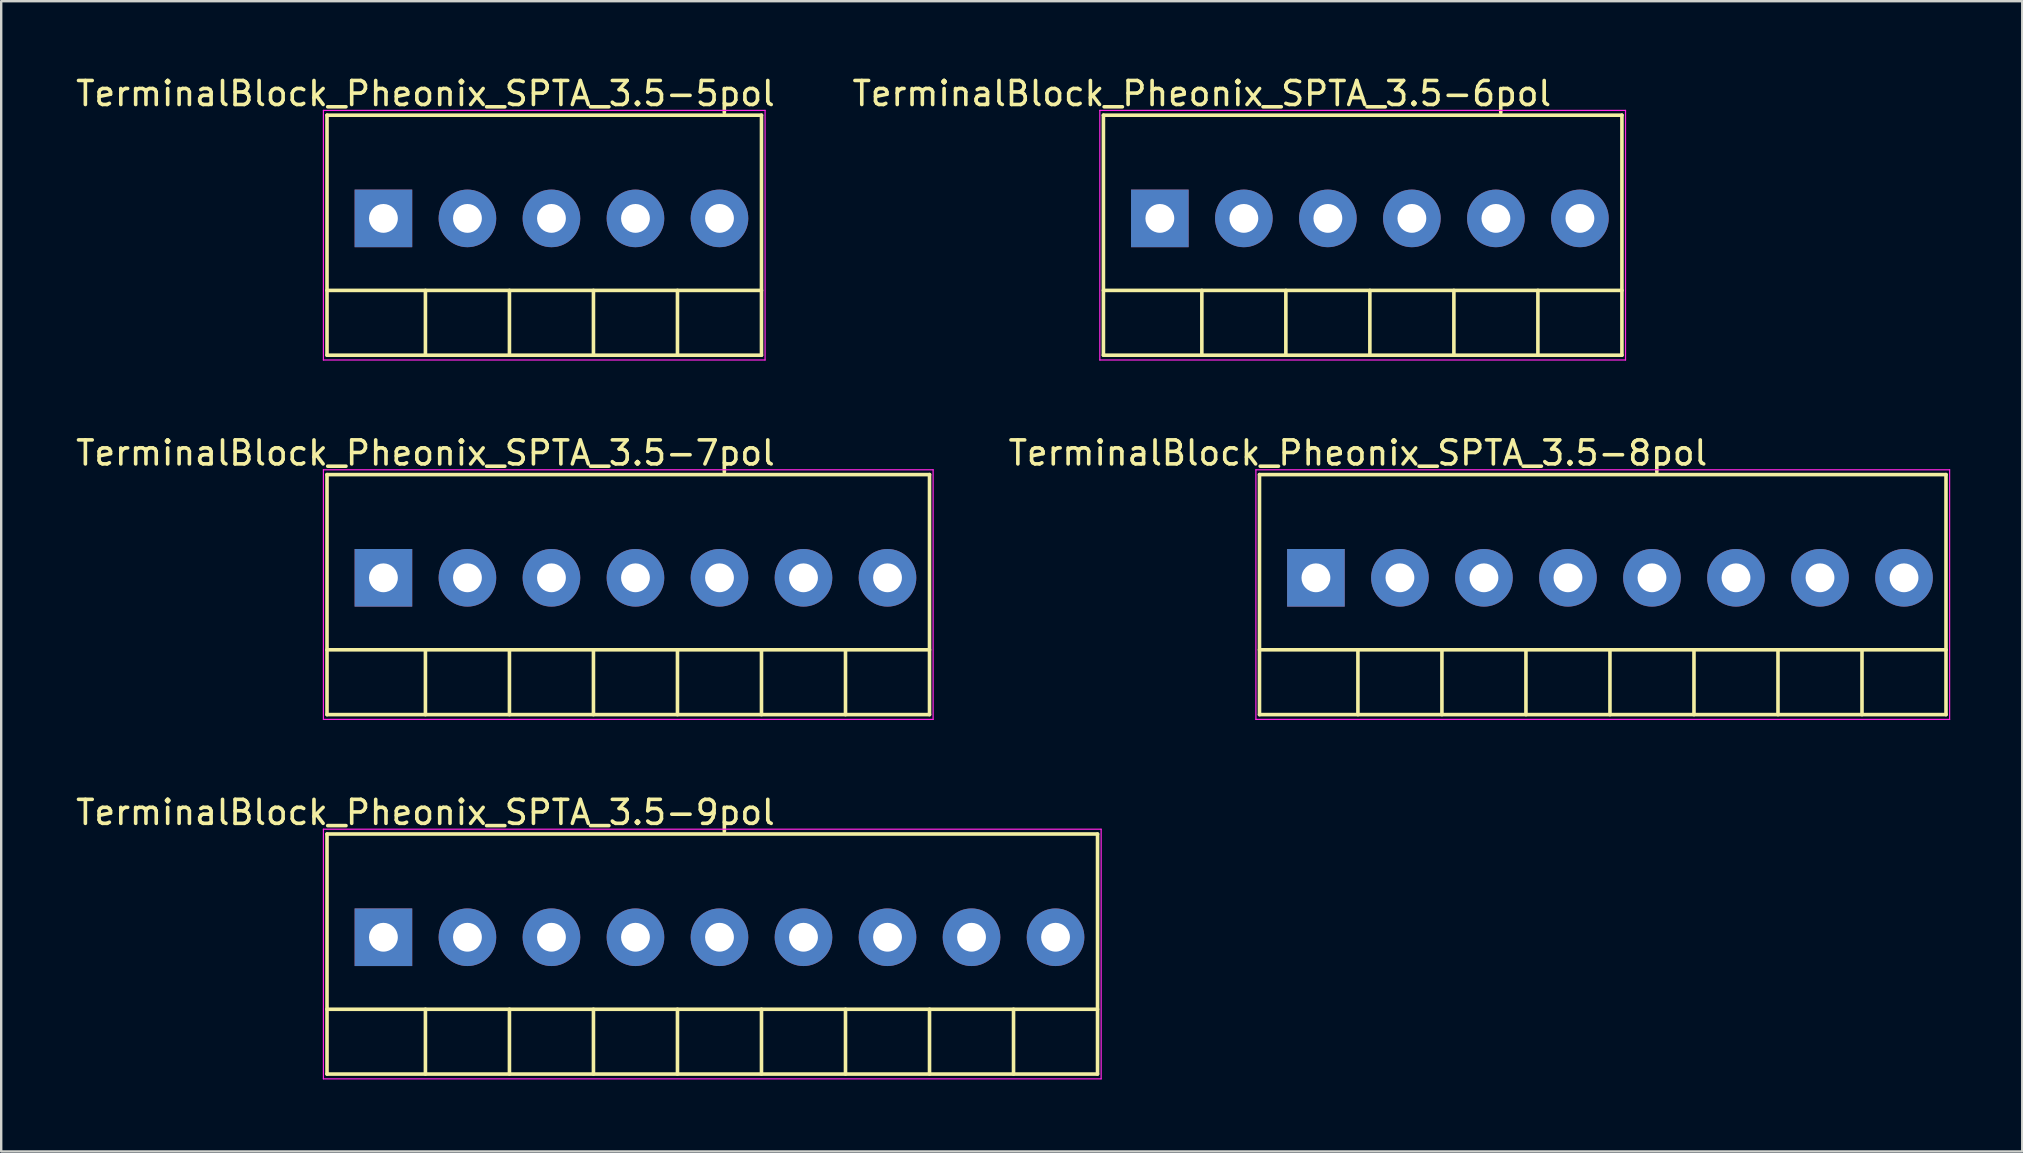
<source format=kicad_pcb>
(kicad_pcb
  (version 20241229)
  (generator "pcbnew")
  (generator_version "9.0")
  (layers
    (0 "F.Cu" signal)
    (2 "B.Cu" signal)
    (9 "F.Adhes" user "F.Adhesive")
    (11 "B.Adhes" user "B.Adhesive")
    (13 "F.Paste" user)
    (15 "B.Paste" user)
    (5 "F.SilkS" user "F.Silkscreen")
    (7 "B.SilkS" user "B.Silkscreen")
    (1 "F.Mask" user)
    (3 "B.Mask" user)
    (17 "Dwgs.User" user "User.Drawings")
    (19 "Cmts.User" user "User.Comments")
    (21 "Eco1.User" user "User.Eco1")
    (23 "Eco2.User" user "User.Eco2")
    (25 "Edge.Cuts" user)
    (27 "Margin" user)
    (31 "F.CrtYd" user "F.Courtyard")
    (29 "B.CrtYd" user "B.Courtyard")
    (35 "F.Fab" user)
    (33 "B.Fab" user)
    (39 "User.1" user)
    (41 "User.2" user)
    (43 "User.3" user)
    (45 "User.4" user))
  (footprint "TerminalBlock_Pheonix_SPTA_3.5-7pol"
    (layer "F.Cu")
    (at 12.923 21.021)
    (property "Reference" "TerminalBlock_Pheonix_SPTA_3.5-7pol" (at 1.75 -5.2 0) (layer "F.SilkS") (effects (font (size 1 1) (thickness 0.15))))
    (attr through_hole)
    (fp_line (start -2.35 -4.3) (end -2.35 5.7) (stroke (width 0.15) (type solid)) (layer "F.SilkS"))
    (fp_line (start -2.35 3) (end 22.75 3) (stroke (width 0.15) (type solid)) (layer "F.SilkS"))
    (fp_line (start -2.35 5.7) (end 22.75 5.7) (stroke (width 0.15) (type solid)) (layer "F.SilkS"))
    (fp_line (start 1.75 3) (end 1.75 5.7) (stroke (width 0.15) (type solid)) (layer "F.SilkS"))
    (fp_line (start 5.25 3) (end 5.25 5.7) (stroke (width 0.15) (type solid)) (layer "F.SilkS"))
    (fp_line (start 8.75 3) (end 8.75 5.7) (stroke (width 0.15) (type solid)) (layer "F.SilkS"))
    (fp_line (start 12.25 3) (end 12.25 5.7) (stroke (width 0.15) (type solid)) (layer "F.SilkS"))
    (fp_line (start 15.75 3) (end 15.75 5.7) (stroke (width 0.15) (type solid)) (layer "F.SilkS"))
    (fp_line (start 19.25 3) (end 19.25 5.7) (stroke (width 0.15) (type solid)) (layer "F.SilkS"))
    (fp_line (start 22.75 -4.3) (end -2.35 -4.3) (stroke (width 0.15) (type solid)) (layer "F.SilkS"))
    (fp_line (start 22.75 -4.3) (end 22.75 5.7) (stroke (width 0.15) (type solid)) (layer "F.SilkS"))
    (fp_line (start -2.5 -4.5) (end 22.9 -4.5) (stroke (width 0.05) (type solid)) (layer "F.CrtYd"))
    (fp_line (start -2.5 5.9) (end -2.5 -4.5) (stroke (width 0.05) (type solid)) (layer "F.CrtYd"))
    (fp_line (start 22.9 -4.5) (end 22.9 5.9) (stroke (width 0.05) (type solid)) (layer "F.CrtYd"))
    (fp_line (start 22.9 5.9) (end -2.5 5.9) (stroke (width 0.05) (type solid)) (layer "F.CrtYd"))
    (pad "1" thru_hole rect (at 0 0) (size 2.4 2.4) (drill 1.2) (layers "*.Cu" "*.Mask"))
    (pad "2" thru_hole circle (at 3.5 0) (size 2.4 2.4) (drill 1.2) (layers "*.Cu" "*.Mask"))
    (pad "3" thru_hole circle (at 7 0) (size 2.4 2.4) (drill 1.2) (layers "*.Cu" "*.Mask"))
    (pad "4" thru_hole circle (at 10.5 0) (size 2.4 2.4) (drill 1.2) (layers "*.Cu" "*.Mask"))
    (pad "5" thru_hole circle (at 14 0) (size 2.4 2.4) (drill 1.2) (layers "*.Cu" "*.Mask"))
    (pad "6" thru_hole circle (at 17.5 0) (size 2.4 2.4) (drill 1.2) (layers "*.Cu" "*.Mask"))
    (pad "7" thru_hole circle (at 21 0) (size 2.4 2.4) (drill 1.2) (layers "*.Cu" "*.Mask")))
  (footprint "TerminalBlock_Pheonix_SPTA_3.5-6pol"
    (layer "F.Cu")
    (at 45.268 6.048)
    (property "Reference" "TerminalBlock_Pheonix_SPTA_3.5-6pol" (at 1.75 -5.2 0) (layer "F.SilkS") (effects (font (size 1 1) (thickness 0.15))))
    (attr through_hole)
    (fp_line (start -2.35 -4.3) (end -2.35 5.7) (stroke (width 0.15) (type solid)) (layer "F.SilkS"))
    (fp_line (start -2.35 3) (end 19.25 3) (stroke (width 0.15) (type solid)) (layer "F.SilkS"))
    (fp_line (start -2.35 5.7) (end 19.25 5.7) (stroke (width 0.15) (type solid)) (layer "F.SilkS"))
    (fp_line (start 1.75 3) (end 1.75 5.7) (stroke (width 0.15) (type solid)) (layer "F.SilkS"))
    (fp_line (start 5.25 3) (end 5.25 5.7) (stroke (width 0.15) (type solid)) (layer "F.SilkS"))
    (fp_line (start 8.75 3) (end 8.75 5.7) (stroke (width 0.15) (type solid)) (layer "F.SilkS"))
    (fp_line (start 12.25 3) (end 12.25 5.7) (stroke (width 0.15) (type solid)) (layer "F.SilkS"))
    (fp_line (start 15.75 3) (end 15.75 5.7) (stroke (width 0.15) (type solid)) (layer "F.SilkS"))
    (fp_line (start 19.25 -4.3) (end -2.35 -4.3) (stroke (width 0.15) (type solid)) (layer "F.SilkS"))
    (fp_line (start 19.25 -4.3) (end 19.25 5.7) (stroke (width 0.15) (type solid)) (layer "F.SilkS"))
    (fp_line (start -2.5 -4.5) (end 19.4 -4.5) (stroke (width 0.05) (type solid)) (layer "F.CrtYd"))
    (fp_line (start -2.5 5.9) (end -2.5 -4.5) (stroke (width 0.05) (type solid)) (layer "F.CrtYd"))
    (fp_line (start 19.4 -4.5) (end 19.4 5.9) (stroke (width 0.05) (type solid)) (layer "F.CrtYd"))
    (fp_line (start 19.4 5.9) (end -2.5 5.9) (stroke (width 0.05) (type solid)) (layer "F.CrtYd"))
    (pad "1" thru_hole rect (at 0 0) (size 2.4 2.4) (drill 1.2) (layers "*.Cu" "*.Mask"))
    (pad "2" thru_hole circle (at 3.5 0) (size 2.4 2.4) (drill 1.2) (layers "*.Cu" "*.Mask"))
    (pad "3" thru_hole circle (at 7 0) (size 2.4 2.4) (drill 1.2) (layers "*.Cu" "*.Mask"))
    (pad "4" thru_hole circle (at 10.5 0) (size 2.4 2.4) (drill 1.2) (layers "*.Cu" "*.Mask"))
    (pad "5" thru_hole circle (at 14 0) (size 2.4 2.4) (drill 1.2) (layers "*.Cu" "*.Mask"))
    (pad "6" thru_hole circle (at 17.5 0) (size 2.4 2.4) (drill 1.2) (layers "*.Cu" "*.Mask")))
  (footprint "TerminalBlock_Pheonix_SPTA_3.5-9pol"
    (layer "F.Cu")
    (at 12.923 35.995)
    (property "Reference" "TerminalBlock_Pheonix_SPTA_3.5-9pol" (at 1.75 -5.2 0) (layer "F.SilkS") (effects (font (size 1 1) (thickness 0.15))))
    (attr through_hole)
    (fp_line (start -2.35 -4.3) (end -2.35 5.7) (stroke (width 0.15) (type solid)) (layer "F.SilkS"))
    (fp_line (start -2.35 3) (end 29.75 3) (stroke (width 0.15) (type solid)) (layer "F.SilkS"))
    (fp_line (start -2.35 5.7) (end 29.75 5.7) (stroke (width 0.15) (type solid)) (layer "F.SilkS"))
    (fp_line (start 1.75 3) (end 1.75 5.7) (stroke (width 0.15) (type solid)) (layer "F.SilkS"))
    (fp_line (start 5.25 3) (end 5.25 5.7) (stroke (width 0.15) (type solid)) (layer "F.SilkS"))
    (fp_line (start 8.75 3) (end 8.75 5.7) (stroke (width 0.15) (type solid)) (layer "F.SilkS"))
    (fp_line (start 12.25 3) (end 12.25 5.7) (stroke (width 0.15) (type solid)) (layer "F.SilkS"))
    (fp_line (start 15.75 3) (end 15.75 5.7) (stroke (width 0.15) (type solid)) (layer "F.SilkS"))
    (fp_line (start 19.25 3) (end 19.25 5.7) (stroke (width 0.15) (type solid)) (layer "F.SilkS"))
    (fp_line (start 22.75 3) (end 22.75 5.7) (stroke (width 0.15) (type solid)) (layer "F.SilkS"))
    (fp_line (start 26.25 3) (end 26.25 5.7) (stroke (width 0.15) (type solid)) (layer "F.SilkS"))
    (fp_line (start 29.75 -4.3) (end -2.35 -4.3) (stroke (width 0.15) (type solid)) (layer "F.SilkS"))
    (fp_line (start 29.75 -4.3) (end 29.75 5.7) (stroke (width 0.15) (type solid)) (layer "F.SilkS"))
    (fp_line (start -2.5 -4.5) (end 29.9 -4.5) (stroke (width 0.05) (type solid)) (layer "F.CrtYd"))
    (fp_line (start -2.5 5.9) (end -2.5 -4.5) (stroke (width 0.05) (type solid)) (layer "F.CrtYd"))
    (fp_line (start 29.9 -4.5) (end 29.9 5.9) (stroke (width 0.05) (type solid)) (layer "F.CrtYd"))
    (fp_line (start 29.9 5.9) (end -2.5 5.9) (stroke (width 0.05) (type solid)) (layer "F.CrtYd"))
    (pad "1" thru_hole rect (at 0 0) (size 2.4 2.4) (drill 1.2) (layers "*.Cu" "*.Mask"))
    (pad "2" thru_hole circle (at 3.5 0) (size 2.4 2.4) (drill 1.2) (layers "*.Cu" "*.Mask"))
    (pad "3" thru_hole circle (at 7 0) (size 2.4 2.4) (drill 1.2) (layers "*.Cu" "*.Mask"))
    (pad "4" thru_hole circle (at 10.5 0) (size 2.4 2.4) (drill 1.2) (layers "*.Cu" "*.Mask"))
    (pad "5" thru_hole circle (at 14 0) (size 2.4 2.4) (drill 1.2) (layers "*.Cu" "*.Mask"))
    (pad "6" thru_hole circle (at 17.5 0) (size 2.4 2.4) (drill 1.2) (layers "*.Cu" "*.Mask"))
    (pad "7" thru_hole circle (at 21 0) (size 2.4 2.4) (drill 1.2) (layers "*.Cu" "*.Mask"))
    (pad "8" thru_hole circle (at 24.5 0) (size 2.4 2.4) (drill 1.2) (layers "*.Cu" "*.Mask"))
    (pad "9" thru_hole circle (at 28 0) (size 2.4 2.4) (drill 1.2) (layers "*.Cu" "*.Mask")))
  (footprint "TerminalBlock_Pheonix_SPTA_3.5-5pol"
    (layer "F.Cu")
    (at 12.923 6.048)
    (property "Reference" "TerminalBlock_Pheonix_SPTA_3.5-5pol" (at 1.75 -5.2 0) (layer "F.SilkS") (effects (font (size 1 1) (thickness 0.15))))
    (attr through_hole)
    (fp_line (start -2.35 -4.3) (end -2.35 5.7) (stroke (width 0.15) (type solid)) (layer "F.SilkS"))
    (fp_line (start -2.35 3) (end 15.75 3) (stroke (width 0.15) (type solid)) (layer "F.SilkS"))
    (fp_line (start -2.35 5.7) (end 15.75 5.7) (stroke (width 0.15) (type solid)) (layer "F.SilkS"))
    (fp_line (start 1.75 3) (end 1.75 5.7) (stroke (width 0.15) (type solid)) (layer "F.SilkS"))
    (fp_line (start 5.25 3) (end 5.25 5.7) (stroke (width 0.15) (type solid)) (layer "F.SilkS"))
    (fp_line (start 8.75 3) (end 8.75 5.7) (stroke (width 0.15) (type solid)) (layer "F.SilkS"))
    (fp_line (start 12.25 3) (end 12.25 5.7) (stroke (width 0.15) (type solid)) (layer "F.SilkS"))
    (fp_line (start 15.75 -4.3) (end -2.35 -4.3) (stroke (width 0.15) (type solid)) (layer "F.SilkS"))
    (fp_line (start 15.75 -4.3) (end 15.75 5.7) (stroke (width 0.15) (type solid)) (layer "F.SilkS"))
    (fp_line (start -2.5 -4.5) (end 15.9 -4.5) (stroke (width 0.05) (type solid)) (layer "F.CrtYd"))
    (fp_line (start -2.5 5.9) (end -2.5 -4.5) (stroke (width 0.05) (type solid)) (layer "F.CrtYd"))
    (fp_line (start 15.9 -4.5) (end 15.9 5.9) (stroke (width 0.05) (type solid)) (layer "F.CrtYd"))
    (fp_line (start 15.9 5.9) (end -2.5 5.9) (stroke (width 0.05) (type solid)) (layer "F.CrtYd"))
    (pad "1" thru_hole rect (at 0 0) (size 2.4 2.4) (drill 1.2) (layers "*.Cu" "*.Mask"))
    (pad "2" thru_hole circle (at 3.5 0) (size 2.4 2.4) (drill 1.2) (layers "*.Cu" "*.Mask"))
    (pad "3" thru_hole circle (at 7 0) (size 2.4 2.4) (drill 1.2) (layers "*.Cu" "*.Mask"))
    (pad "4" thru_hole circle (at 10.5 0) (size 2.4 2.4) (drill 1.2) (layers "*.Cu" "*.Mask"))
    (pad "5" thru_hole circle (at 14 0) (size 2.4 2.4) (drill 1.2) (layers "*.Cu" "*.Mask")))
  (footprint "TerminalBlock_Pheonix_SPTA_3.5-8pol"
    (layer "F.Cu")
    (at 51.77 21.021)
    (property "Reference" "TerminalBlock_Pheonix_SPTA_3.5-8pol" (at 1.75 -5.2 0) (layer "F.SilkS") (effects (font (size 1 1) (thickness 0.15))))
    (attr through_hole)
    (fp_line (start -2.35 -4.3) (end -2.35 5.7) (stroke (width 0.15) (type solid)) (layer "F.SilkS"))
    (fp_line (start -2.35 3) (end 26.25 3) (stroke (width 0.15) (type solid)) (layer "F.SilkS"))
    (fp_line (start -2.35 5.7) (end 26.25 5.7) (stroke (width 0.15) (type solid)) (layer "F.SilkS"))
    (fp_line (start 1.75 3) (end 1.75 5.7) (stroke (width 0.15) (type solid)) (layer "F.SilkS"))
    (fp_line (start 5.25 3) (end 5.25 5.7) (stroke (width 0.15) (type solid)) (layer "F.SilkS"))
    (fp_line (start 8.75 3) (end 8.75 5.7) (stroke (width 0.15) (type solid)) (layer "F.SilkS"))
    (fp_line (start 12.25 3) (end 12.25 5.7) (stroke (width 0.15) (type solid)) (layer "F.SilkS"))
    (fp_line (start 15.75 3) (end 15.75 5.7) (stroke (width 0.15) (type solid)) (layer "F.SilkS"))
    (fp_line (start 19.25 3) (end 19.25 5.7) (stroke (width 0.15) (type solid)) (layer "F.SilkS"))
    (fp_line (start 22.75 3) (end 22.75 5.7) (stroke (width 0.15) (type solid)) (layer "F.SilkS"))
    (fp_line (start 26.25 -4.3) (end -2.35 -4.3) (stroke (width 0.15) (type solid)) (layer "F.SilkS"))
    (fp_line (start 26.25 -4.3) (end 26.25 5.7) (stroke (width 0.15) (type solid)) (layer "F.SilkS"))
    (fp_line (start -2.5 -4.5) (end 26.4 -4.5) (stroke (width 0.05) (type solid)) (layer "F.CrtYd"))
    (fp_line (start -2.5 5.9) (end -2.5 -4.5) (stroke (width 0.05) (type solid)) (layer "F.CrtYd"))
    (fp_line (start 26.4 -4.5) (end 26.4 5.9) (stroke (width 0.05) (type solid)) (layer "F.CrtYd"))
    (fp_line (start 26.4 5.9) (end -2.5 5.9) (stroke (width 0.05) (type solid)) (layer "F.CrtYd"))
    (pad "1" thru_hole rect (at 0 0) (size 2.4 2.4) (drill 1.2) (layers "*.Cu" "*.Mask"))
    (pad "2" thru_hole circle (at 3.5 0) (size 2.4 2.4) (drill 1.2) (layers "*.Cu" "*.Mask"))
    (pad "3" thru_hole circle (at 7 0) (size 2.4 2.4) (drill 1.2) (layers "*.Cu" "*.Mask"))
    (pad "4" thru_hole circle (at 10.5 0) (size 2.4 2.4) (drill 1.2) (layers "*.Cu" "*.Mask"))
    (pad "5" thru_hole circle (at 14 0) (size 2.4 2.4) (drill 1.2) (layers "*.Cu" "*.Mask"))
    (pad "6" thru_hole circle (at 17.5 0) (size 2.4 2.4) (drill 1.2) (layers "*.Cu" "*.Mask"))
    (pad "7" thru_hole circle (at 21 0) (size 2.4 2.4) (drill 1.2) (layers "*.Cu" "*.Mask"))
    (pad "8" thru_hole circle (at 24.5 0) (size 2.4 2.4) (drill 1.2) (layers "*.Cu" "*.Mask")))
  (gr_rect
    (start -3 -3)
    (end 81.195 44.92)
    (stroke (width 0.1) (type default))
    (fill no)
    (layer "Edge.Cuts")))
</source>
